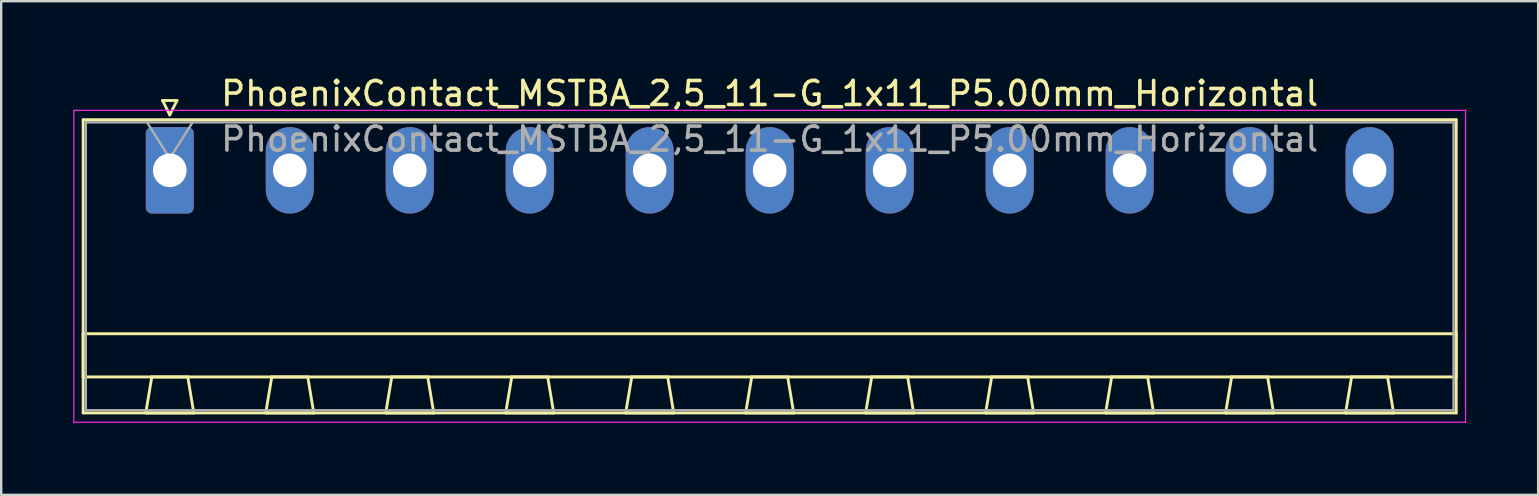
<source format=kicad_pcb>
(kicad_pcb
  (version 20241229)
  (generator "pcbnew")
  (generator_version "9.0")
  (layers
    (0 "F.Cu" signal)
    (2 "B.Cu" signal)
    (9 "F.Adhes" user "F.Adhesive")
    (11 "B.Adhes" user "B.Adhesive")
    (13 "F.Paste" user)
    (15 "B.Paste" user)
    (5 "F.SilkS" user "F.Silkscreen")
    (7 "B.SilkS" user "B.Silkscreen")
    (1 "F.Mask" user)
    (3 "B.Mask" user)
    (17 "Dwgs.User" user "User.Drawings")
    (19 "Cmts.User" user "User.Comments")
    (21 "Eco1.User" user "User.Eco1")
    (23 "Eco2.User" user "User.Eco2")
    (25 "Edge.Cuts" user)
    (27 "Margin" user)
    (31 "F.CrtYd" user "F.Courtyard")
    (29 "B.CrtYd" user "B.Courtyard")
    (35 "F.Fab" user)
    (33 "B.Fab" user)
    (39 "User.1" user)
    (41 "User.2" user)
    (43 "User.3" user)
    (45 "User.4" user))
  (footprint "PhoenixContact_MSTBA_2,5_11-G_1x11_P5.00mm_Horizontal"
    (layer "F.Cu")
    (at 4.025 4.048)
    (property "Reference" "PhoenixContact_MSTBA_2,5_11-G_1x11_P5.00mm_Horizontal" (at 25 -3.2 0) (layer "F.SilkS") (effects (font (size 1 1) (thickness 0.15))))
    (attr through_hole)
    (fp_line (start -3.61 -2.11) (end -3.61 10.11) (stroke (width 0.12) (type solid)) (layer "F.SilkS"))
    (fp_line (start -3.61 6.81) (end 53.61 6.81) (stroke (width 0.12) (type solid)) (layer "F.SilkS"))
    (fp_line (start -3.61 8.61) (end -3.61 6.81) (stroke (width 0.12) (type solid)) (layer "F.SilkS"))
    (fp_line (start -3.61 10.11) (end 53.61 10.11) (stroke (width 0.12) (type solid)) (layer "F.SilkS"))
    (fp_line (start -1 10.11) (end 1 10.11) (stroke (width 0.12) (type solid)) (layer "F.SilkS"))
    (fp_line (start -0.75 8.61) (end -1 10.11) (stroke (width 0.12) (type solid)) (layer "F.SilkS"))
    (fp_line (start -0.3 -2.91) (end 0.3 -2.91) (stroke (width 0.12) (type solid)) (layer "F.SilkS"))
    (fp_line (start 0 -2.31) (end -0.3 -2.91) (stroke (width 0.12) (type solid)) (layer "F.SilkS"))
    (fp_line (start 0.3 -2.91) (end 0 -2.31) (stroke (width 0.12) (type solid)) (layer "F.SilkS"))
    (fp_line (start 0.75 8.61) (end -0.75 8.61) (stroke (width 0.12) (type solid)) (layer "F.SilkS"))
    (fp_line (start 1 10.11) (end 0.75 8.61) (stroke (width 0.12) (type solid)) (layer "F.SilkS"))
    (fp_line (start 4 10.11) (end 6 10.11) (stroke (width 0.12) (type solid)) (layer "F.SilkS"))
    (fp_line (start 4.25 8.61) (end 4 10.11) (stroke (width 0.12) (type solid)) (layer "F.SilkS"))
    (fp_line (start 5.75 8.61) (end 4.25 8.61) (stroke (width 0.12) (type solid)) (layer "F.SilkS"))
    (fp_line (start 6 10.11) (end 5.75 8.61) (stroke (width 0.12) (type solid)) (layer "F.SilkS"))
    (fp_line (start 9 10.11) (end 11 10.11) (stroke (width 0.12) (type solid)) (layer "F.SilkS"))
    (fp_line (start 9.25 8.61) (end 9 10.11) (stroke (width 0.12) (type solid)) (layer "F.SilkS"))
    (fp_line (start 10.75 8.61) (end 9.25 8.61) (stroke (width 0.12) (type solid)) (layer "F.SilkS"))
    (fp_line (start 11 10.11) (end 10.75 8.61) (stroke (width 0.12) (type solid)) (layer "F.SilkS"))
    (fp_line (start 14 10.11) (end 16 10.11) (stroke (width 0.12) (type solid)) (layer "F.SilkS"))
    (fp_line (start 14.25 8.61) (end 14 10.11) (stroke (width 0.12) (type solid)) (layer "F.SilkS"))
    (fp_line (start 15.75 8.61) (end 14.25 8.61) (stroke (width 0.12) (type solid)) (layer "F.SilkS"))
    (fp_line (start 16 10.11) (end 15.75 8.61) (stroke (width 0.12) (type solid)) (layer "F.SilkS"))
    (fp_line (start 19 10.11) (end 21 10.11) (stroke (width 0.12) (type solid)) (layer "F.SilkS"))
    (fp_line (start 19.25 8.61) (end 19 10.11) (stroke (width 0.12) (type solid)) (layer "F.SilkS"))
    (fp_line (start 20.75 8.61) (end 19.25 8.61) (stroke (width 0.12) (type solid)) (layer "F.SilkS"))
    (fp_line (start 21 10.11) (end 20.75 8.61) (stroke (width 0.12) (type solid)) (layer "F.SilkS"))
    (fp_line (start 24 10.11) (end 26 10.11) (stroke (width 0.12) (type solid)) (layer "F.SilkS"))
    (fp_line (start 24.25 8.61) (end 24 10.11) (stroke (width 0.12) (type solid)) (layer "F.SilkS"))
    (fp_line (start 25.75 8.61) (end 24.25 8.61) (stroke (width 0.12) (type solid)) (layer "F.SilkS"))
    (fp_line (start 26 10.11) (end 25.75 8.61) (stroke (width 0.12) (type solid)) (layer "F.SilkS"))
    (fp_line (start 29 10.11) (end 31 10.11) (stroke (width 0.12) (type solid)) (layer "F.SilkS"))
    (fp_line (start 29.25 8.61) (end 29 10.11) (stroke (width 0.12) (type solid)) (layer "F.SilkS"))
    (fp_line (start 30.75 8.61) (end 29.25 8.61) (stroke (width 0.12) (type solid)) (layer "F.SilkS"))
    (fp_line (start 31 10.11) (end 30.75 8.61) (stroke (width 0.12) (type solid)) (layer "F.SilkS"))
    (fp_line (start 34 10.11) (end 36 10.11) (stroke (width 0.12) (type solid)) (layer "F.SilkS"))
    (fp_line (start 34.25 8.61) (end 34 10.11) (stroke (width 0.12) (type solid)) (layer "F.SilkS"))
    (fp_line (start 35.75 8.61) (end 34.25 8.61) (stroke (width 0.12) (type solid)) (layer "F.SilkS"))
    (fp_line (start 36 10.11) (end 35.75 8.61) (stroke (width 0.12) (type solid)) (layer "F.SilkS"))
    (fp_line (start 39 10.11) (end 41 10.11) (stroke (width 0.12) (type solid)) (layer "F.SilkS"))
    (fp_line (start 39.25 8.61) (end 39 10.11) (stroke (width 0.12) (type solid)) (layer "F.SilkS"))
    (fp_line (start 40.75 8.61) (end 39.25 8.61) (stroke (width 0.12) (type solid)) (layer "F.SilkS"))
    (fp_line (start 41 10.11) (end 40.75 8.61) (stroke (width 0.12) (type solid)) (layer "F.SilkS"))
    (fp_line (start 44 10.11) (end 46 10.11) (stroke (width 0.12) (type solid)) (layer "F.SilkS"))
    (fp_line (start 44.25 8.61) (end 44 10.11) (stroke (width 0.12) (type solid)) (layer "F.SilkS"))
    (fp_line (start 45.75 8.61) (end 44.25 8.61) (stroke (width 0.12) (type solid)) (layer "F.SilkS"))
    (fp_line (start 46 10.11) (end 45.75 8.61) (stroke (width 0.12) (type solid)) (layer "F.SilkS"))
    (fp_line (start 49 10.11) (end 51 10.11) (stroke (width 0.12) (type solid)) (layer "F.SilkS"))
    (fp_line (start 49.25 8.61) (end 49 10.11) (stroke (width 0.12) (type solid)) (layer "F.SilkS"))
    (fp_line (start 50.75 8.61) (end 49.25 8.61) (stroke (width 0.12) (type solid)) (layer "F.SilkS"))
    (fp_line (start 51 10.11) (end 50.75 8.61) (stroke (width 0.12) (type solid)) (layer "F.SilkS"))
    (fp_line (start 53.61 -2.11) (end -3.61 -2.11) (stroke (width 0.12) (type solid)) (layer "F.SilkS"))
    (fp_line (start 53.61 6.81) (end 53.61 8.61) (stroke (width 0.12) (type solid)) (layer "F.SilkS"))
    (fp_line (start 53.61 8.61) (end -3.61 8.61) (stroke (width 0.12) (type solid)) (layer "F.SilkS"))
    (fp_line (start 53.61 10.11) (end 53.61 -2.11) (stroke (width 0.12) (type solid)) (layer "F.SilkS"))
    (fp_line (start -4 -2.5) (end -4 10.5) (stroke (width 0.05) (type solid)) (layer "F.CrtYd"))
    (fp_line (start -4 10.5) (end 54 10.5) (stroke (width 0.05) (type solid)) (layer "F.CrtYd"))
    (fp_line (start 54 -2.5) (end -4 -2.5) (stroke (width 0.05) (type solid)) (layer "F.CrtYd"))
    (fp_line (start 54 10.5) (end 54 -2.5) (stroke (width 0.05) (type solid)) (layer "F.CrtYd"))
    (fp_line (start -3.5 -2) (end -3.5 10) (stroke (width 0.1) (type solid)) (layer "F.Fab"))
    (fp_line (start -3.5 10) (end 53.5 10) (stroke (width 0.1) (type solid)) (layer "F.Fab"))
    (fp_line (start 0 -0.5) (end -0.95 -2) (stroke (width 0.1) (type solid)) (layer "F.Fab"))
    (fp_line (start 0.95 -2) (end 0 -0.5) (stroke (width 0.1) (type solid)) (layer "F.Fab"))
    (fp_line (start 53.5 -2) (end -3.5 -2) (stroke (width 0.1) (type solid)) (layer "F.Fab"))
    (fp_line (start 53.5 10) (end 53.5 -2) (stroke (width 0.1) (type solid)) (layer "F.Fab"))
    (fp_text user "${REFERENCE}" (at 25 -1.3 0) (layer "F.Fab") (effects (font (size 1 1) (thickness 0.15))))
    (pad "1" thru_hole roundrect (at 0 0) (size 2 3.6) (drill 1.4) (layers "*.Cu" "*.Mask") (roundrect_rratio 0.125))
    (pad "2" thru_hole oval (at 5 0) (size 2 3.6) (drill 1.4) (layers "*.Cu" "*.Mask"))
    (pad "3" thru_hole oval (at 10 0) (size 2 3.6) (drill 1.4) (layers "*.Cu" "*.Mask"))
    (pad "4" thru_hole oval (at 15 0) (size 2 3.6) (drill 1.4) (layers "*.Cu" "*.Mask"))
    (pad "5" thru_hole oval (at 20 0) (size 2 3.6) (drill 1.4) (layers "*.Cu" "*.Mask"))
    (pad "6" thru_hole oval (at 25 0) (size 2 3.6) (drill 1.4) (layers "*.Cu" "*.Mask"))
    (pad "7" thru_hole oval (at 30 0) (size 2 3.6) (drill 1.4) (layers "*.Cu" "*.Mask"))
    (pad "8" thru_hole oval (at 35 0) (size 2 3.6) (drill 1.4) (layers "*.Cu" "*.Mask"))
    (pad "9" thru_hole oval (at 40 0) (size 2 3.6) (drill 1.4) (layers "*.Cu" "*.Mask"))
    (pad "10" thru_hole oval (at 45 0) (size 2 3.6) (drill 1.4) (layers "*.Cu" "*.Mask"))
    (pad "11" thru_hole oval (at 50 0) (size 2 3.6) (drill 1.4) (layers "*.Cu" "*.Mask")))
  (gr_rect
    (start -3 -3)
    (end 61.05 17.573)
    (stroke (width 0.1) (type default))
    (fill no)
    (layer "Edge.Cuts")))
</source>
